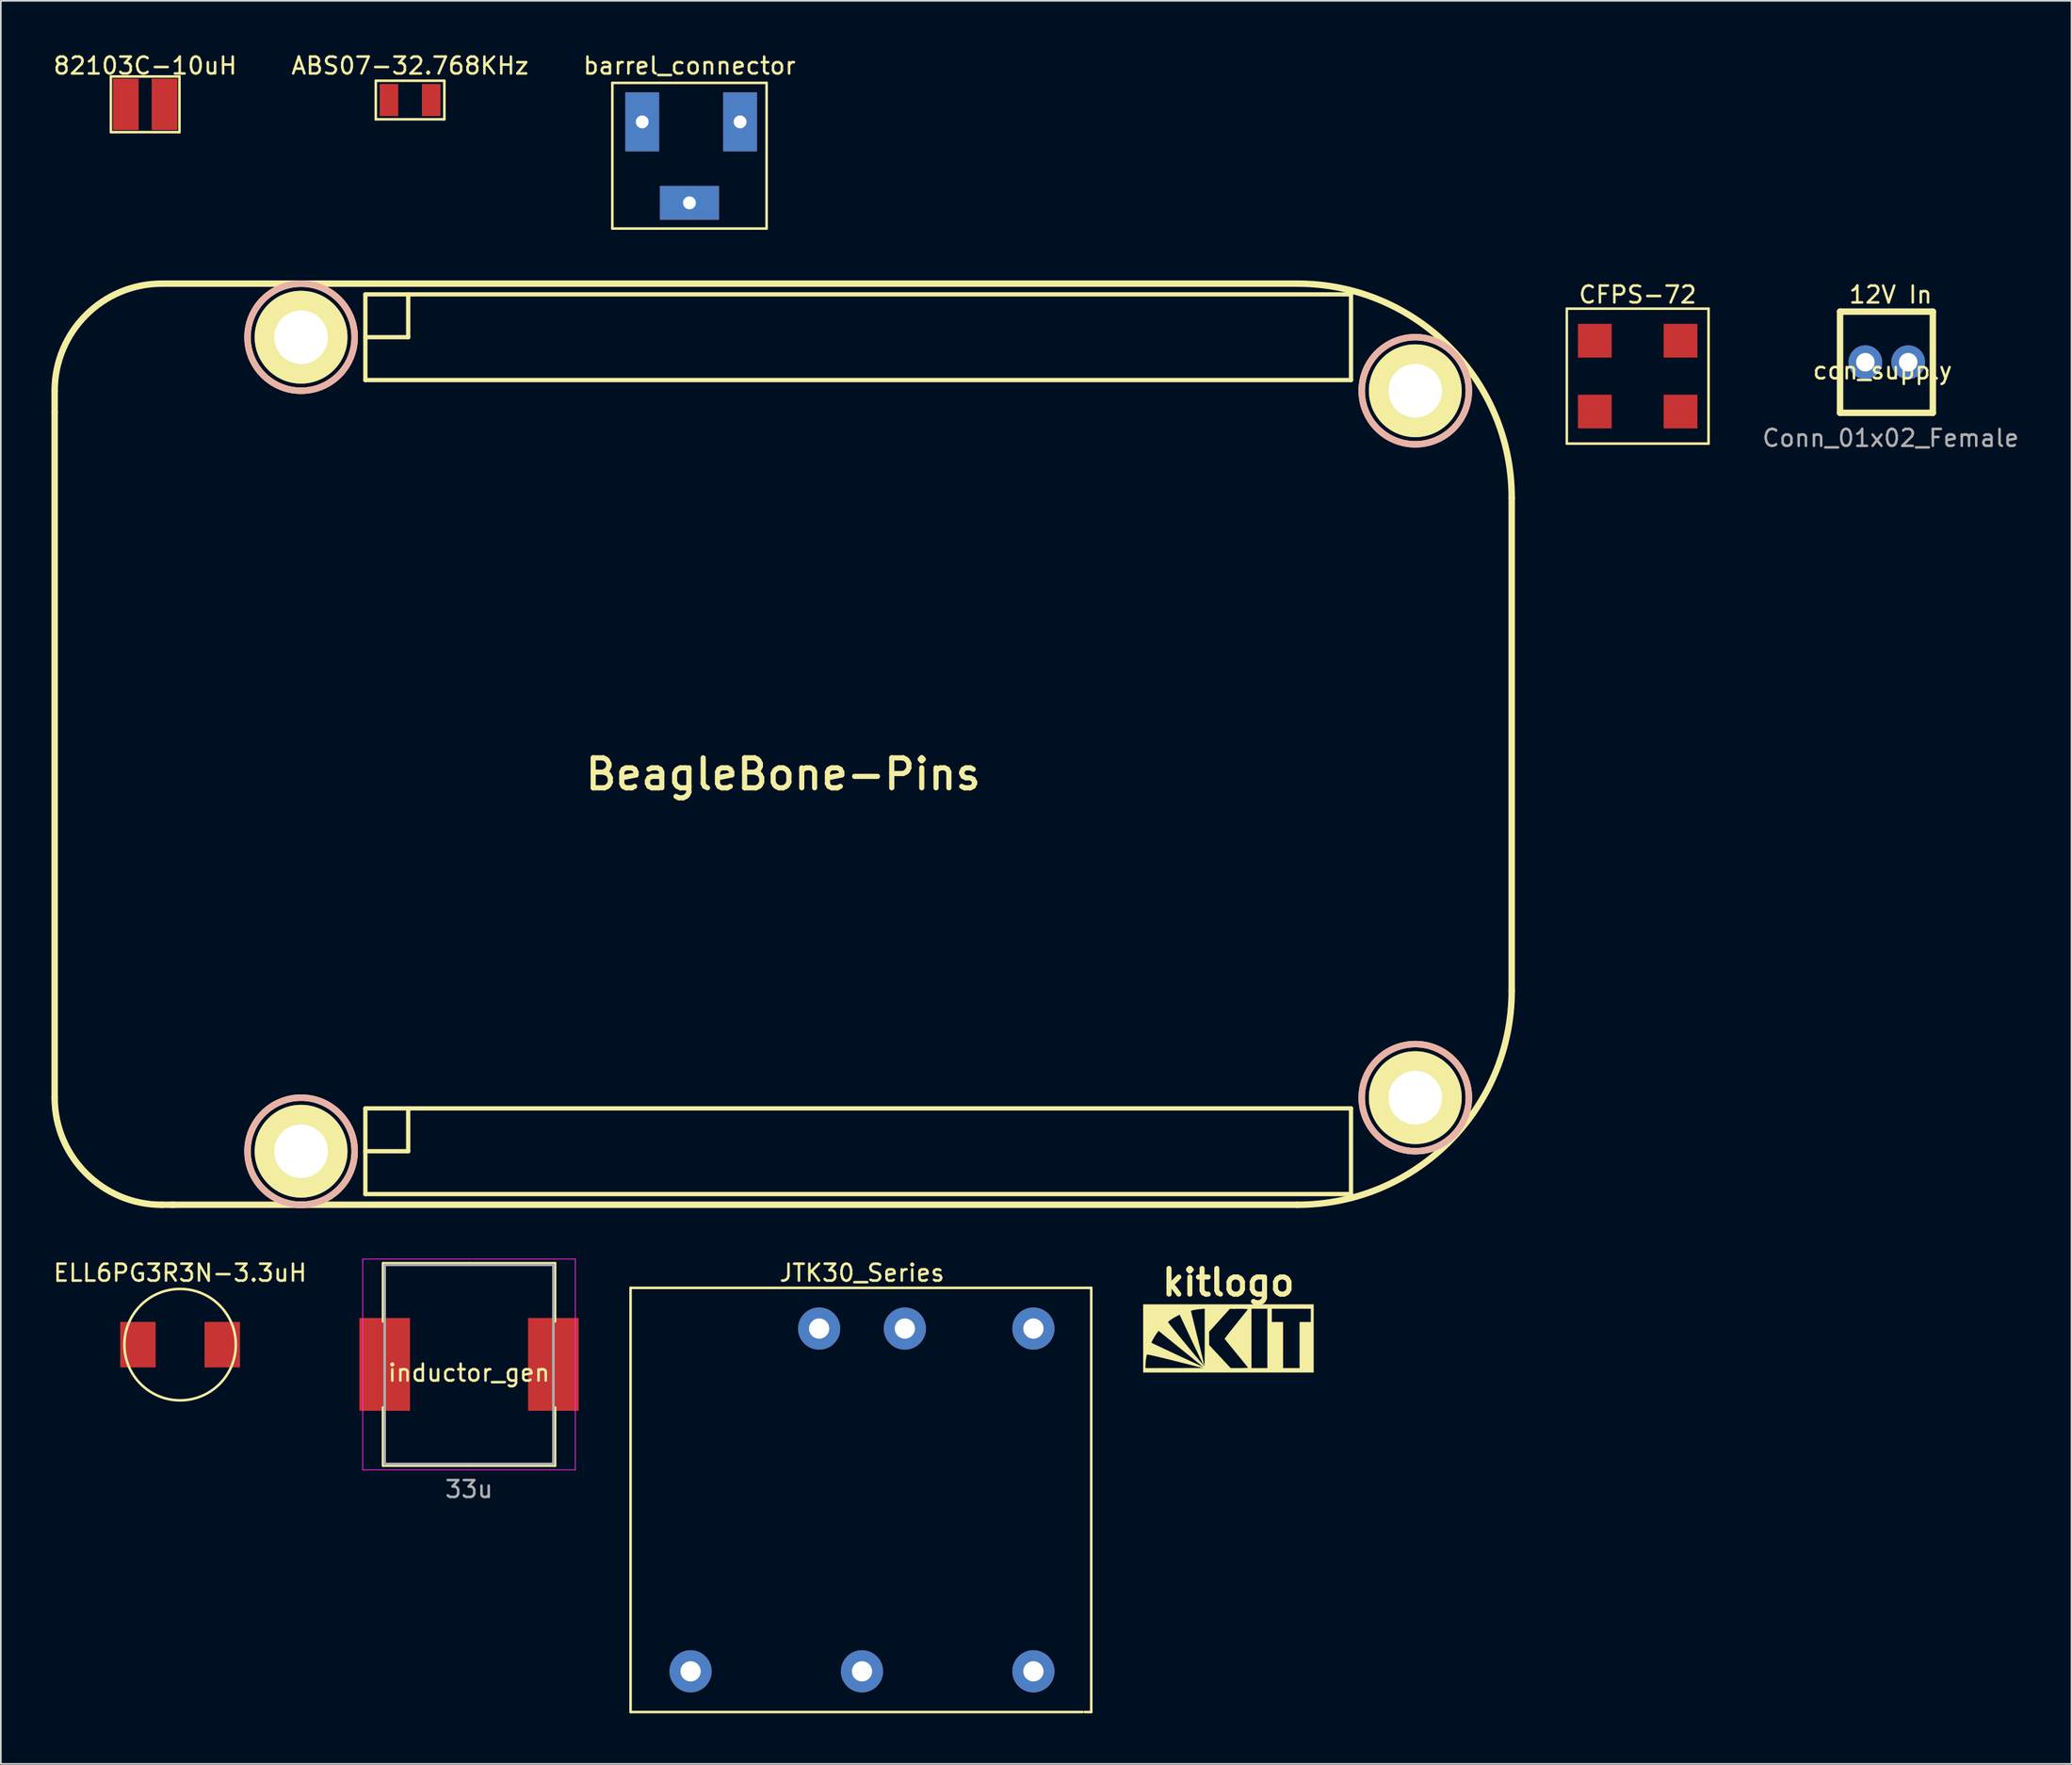
<source format=kicad_pcb>
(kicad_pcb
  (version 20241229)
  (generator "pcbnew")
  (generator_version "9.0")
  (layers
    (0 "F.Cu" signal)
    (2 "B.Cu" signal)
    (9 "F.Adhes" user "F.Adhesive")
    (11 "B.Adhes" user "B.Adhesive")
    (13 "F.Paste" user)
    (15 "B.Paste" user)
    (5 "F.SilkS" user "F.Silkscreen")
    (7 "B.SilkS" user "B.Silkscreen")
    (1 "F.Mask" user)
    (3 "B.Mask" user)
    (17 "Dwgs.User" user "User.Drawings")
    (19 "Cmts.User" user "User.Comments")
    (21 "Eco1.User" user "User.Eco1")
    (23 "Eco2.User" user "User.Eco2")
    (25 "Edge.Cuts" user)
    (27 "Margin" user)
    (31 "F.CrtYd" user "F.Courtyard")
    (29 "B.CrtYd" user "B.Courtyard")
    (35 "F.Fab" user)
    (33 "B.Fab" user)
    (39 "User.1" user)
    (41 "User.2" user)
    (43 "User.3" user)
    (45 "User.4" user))
  (footprint "ELL6PG3R3N-3.3uH"
    (layer "F.Cu")
    (at 7.625 76.669)
    (property "Reference" "ELL6PG3R3N-3.3uH" (at 0 -4.255 0) (layer "F.SilkS") (effects (font (size 1 1) (thickness 0.15))))
    (attr through_hole)
    (fp_circle (center 0 0) (end -0.064 -3.302) (stroke (width 0.15) (type solid)) (fill no) (layer "F.SilkS"))
    (pad "1" smd rect (at -2.5 0) (size 2.1 2.7) (layers "F.Cu" "F.Mask" "F.Paste"))
    (pad "2" smd rect (at 2.5 0) (size 2.1 2.7) (layers "F.Cu" "F.Mask" "F.Paste")))
  (footprint "82103C-10uH"
    (layer "F.Cu")
    (at 5.554 3.134)
    (property "Reference" "82103C-10uH" (at 0 -2.286 0) (layer "F.SilkS") (effects (font (size 1 1) (thickness 0.15))))
    (attr through_hole)
    (fp_line (start -2.032 -1.651) (end 2.032 -1.651) (stroke (width 0.15) (type solid)) (layer "F.SilkS"))
    (fp_line (start -2.032 1.651) (end -2.032 -1.651) (stroke (width 0.15) (type solid)) (layer "F.SilkS"))
    (fp_line (start 2.032 -1.651) (end 2.032 1.651) (stroke (width 0.15) (type solid)) (layer "F.SilkS"))
    (fp_line (start 2.032 1.651) (end -2.032 1.651) (stroke (width 0.15) (type solid)) (layer "F.SilkS"))
    (pad "1" smd rect (at 1.145 0) (size 1.52 3.05) (layers "F.Cu" "F.Mask" "F.Paste"))
    (pad "2" smd rect (at -1.145 0) (size 1.52 3.05) (layers "F.Cu" "F.Mask" "F.Paste")))
  (footprint "barrel_connector"
    (layer "F.Cu")
    (at 37.815 8.976)
    (property "Reference" "barrel_connector" (at 0 -8.128 0) (layer "F.SilkS") (effects (font (size 1 1) (thickness 0.15))))
    (attr through_hole)
    (fp_line (start -4.572 -7.112) (end 4.572 -7.112) (stroke (width 0.15) (type solid)) (layer "F.SilkS"))
    (fp_line (start -4.572 1.524) (end -4.572 -7.112) (stroke (width 0.15) (type solid)) (layer "F.SilkS"))
    (fp_line (start 4.572 -7.112) (end 4.572 1.524) (stroke (width 0.15) (type solid)) (layer "F.SilkS"))
    (fp_line (start 4.572 1.524) (end -4.572 1.524) (stroke (width 0.15) (type solid)) (layer "F.SilkS"))
    (pad "1" thru_hole rect (at 3 -4.8) (size 2 3.5) (drill 0.762) (layers "*.Cu" "*.Mask"))
    (pad "2" thru_hole rect (at -2.8 -4.8) (size 2 3.5) (drill 0.762) (layers "*.Cu" "*.Mask"))
    (pad "2" thru_hole rect (at 0 0) (size 3.5 2) (drill 0.762) (layers "*.Cu" "*.Mask")))
  (footprint "ABS07-32.768KHz"
    (layer "F.Cu")
    (at 21.256 2.88)
    (property "Reference" "ABS07-32.768KHz" (at 0 -2.032 180) (layer "F.SilkS") (effects (font (size 1 1) (thickness 0.15))))
    (attr through_hole)
    (fp_line (start -2.032 -1.143) (end 2.032 -1.143) (stroke (width 0.15) (type solid)) (layer "F.SilkS"))
    (fp_line (start -2.032 1.143) (end -2.032 -1.143) (stroke (width 0.15) (type solid)) (layer "F.SilkS"))
    (fp_line (start 2.032 -1.143) (end 2.032 1.143) (stroke (width 0.15) (type solid)) (layer "F.SilkS"))
    (fp_line (start 2.032 1.143) (end -2.032 1.143) (stroke (width 0.15) (type solid)) (layer "F.SilkS"))
    (pad "1" smd rect (at -1.25 0) (size 1.1 1.9) (layers "F.Cu" "F.Mask" "F.Paste"))
    (pad "2" smd rect (at 1.25 0) (size 1.1 1.9) (layers "F.Cu" "F.Mask" "F.Paste")))
  (footprint "inductor_gen"
    (layer "F.Cu")
    (at 24.75 77.841)
    (property "Reference" "inductor_gen" (at 0 0.5 0) (layer "F.SilkS") (effects (font (size 1 1) (thickness 0.15))))
    (attr through_hole)
    (fp_line (start -5.1 -6) (end 0 -6) (stroke (width 0.15) (type solid)) (layer "F.SilkS"))
    (fp_line (start -5.1 -2.55) (end -5.1 -6) (stroke (width 0.15) (type solid)) (layer "F.SilkS"))
    (fp_line (start -5.1 2.55) (end -5.1 6) (stroke (width 0.15) (type solid)) (layer "F.SilkS"))
    (fp_line (start -5.1 6) (end 0 6) (stroke (width 0.15) (type solid)) (layer "F.SilkS"))
    (fp_line (start 5.1 -6) (end 0 -6) (stroke (width 0.15) (type solid)) (layer "F.SilkS"))
    (fp_line (start 5.1 -2.55) (end 5.1 -6) (stroke (width 0.15) (type solid)) (layer "F.SilkS"))
    (fp_line (start 5.1 2.55) (end 5.1 6) (stroke (width 0.15) (type solid)) (layer "F.SilkS"))
    (fp_line (start 5.1 6) (end 0 6) (stroke (width 0.15) (type solid)) (layer "F.SilkS"))
    (fp_line (start -6.3 -6.25) (end -6.3 6.25) (stroke (width 0.05) (type solid)) (layer "F.CrtYd"))
    (fp_line (start -6.3 6.25) (end 6.3 6.25) (stroke (width 0.05) (type solid)) (layer "F.CrtYd"))
    (fp_line (start 6.3 -6.25) (end -6.3 -6.25) (stroke (width 0.05) (type solid)) (layer "F.CrtYd"))
    (fp_line (start 6.3 6.25) (end 6.3 -6.25) (stroke (width 0.05) (type solid)) (layer "F.CrtYd"))
    (fp_line (start -5 -5.9) (end -5 5.9) (stroke (width 0.15) (type solid)) (layer "F.Fab"))
    (fp_line (start -5 5.9) (end 5 5.9) (stroke (width 0.15) (type solid)) (layer "F.Fab"))
    (fp_line (start 5 -5.9) (end -5 -5.9) (stroke (width 0.15) (type solid)) (layer "F.Fab"))
    (fp_line (start 5 5.9) (end 5 -5.9) (stroke (width 0.15) (type solid)) (layer "F.Fab"))
    (fp_text user "33u" (at 0 7.4 0) (layer "F.Fab") (effects (font (size 1 1) (thickness 0.15))))
    (pad "1" smd rect (at -5 0) (size 3 5.5) (layers "F.Cu" "F.Mask" "F.Paste"))
    (pad "2" smd rect (at 5 0) (size 3 5.5) (layers "F.Cu" "F.Mask" "F.Paste")))
  (footprint "kitlogo"
    (layer "F.Cu")
    (at 69.758 76.286)
    (property "Reference" "kitlogo" (at 0 -3.302 0) (layer "F.SilkS") (effects (font (size 1.524 1.524) (thickness 0.3))))
    (attr through_hole)
    (fp_poly (pts (xy 5.048 2.032) (xy -5.048 2.032) (xy -5.048 1.617) (xy -4.921 1.617) (xy -4.921 1.778) (xy -3.199 1.775) (xy -1.476 1.772) (xy -3.143 1.352) (xy -3.566 1.246) (xy -3.928 1.157) (xy -4.228 1.085) (xy -4.468 1.029) (xy -4.647 0.991) (xy -4.766 0.969) (xy -4.824 0.963) (xy -4.831 0.966) (xy -4.849 1.022) (xy -4.869 1.124) (xy -4.889 1.253) (xy -4.906 1.392) (xy -4.918 1.523) (xy -4.921 1.617) (xy -5.048 1.617) (xy -5.048 0.277) (xy -4.56 0.277) (xy -4.529 0.292) (xy -4.448 0.332) (xy -4.322 0.392) (xy -4.157 0.47) (xy -3.961 0.562) (xy -3.74 0.667) (xy -3.501 0.779) (xy -3.249 0.897) (xy -2.992 1.018) (xy -2.736 1.138) (xy -2.487 1.254) (xy -2.251 1.364) (xy -2.037 1.464) (xy -1.849 1.551) (xy -1.694 1.622) (xy -1.58 1.675) (xy -1.512 1.706) (xy -1.495 1.712) (xy -1.495 1.702) (xy -1.521 1.68) (xy -1.593 1.622) (xy -1.704 1.531) (xy -1.851 1.412) (xy -2.029 1.267) (xy -2.234 1.101) (xy -2.46 0.918) (xy -2.703 0.72) (xy -2.824 0.623) (xy -4.139 -0.443) (xy -4.259 -0.277) (xy -4.337 -0.162) (xy -4.413 -0.039) (xy -4.48 0.079) (xy -4.531 0.179) (xy -4.559 0.25) (xy -4.56 0.277) (xy -5.048 0.277) (xy -5.048 -0.95) (xy -3.582 -0.95) (xy -3.558 -0.915) (xy -3.499 -0.838) (xy -3.41 -0.724) (xy -3.293 -0.579) (xy -3.155 -0.408) (xy -3 -0.217) (xy -2.831 -0.011) (xy -2.655 0.204) (xy -2.474 0.423) (xy -2.294 0.64) (xy -2.12 0.85) (xy -1.955 1.048) (xy -1.804 1.227) (xy -1.672 1.383) (xy -1.564 1.509) (xy -1.483 1.602) (xy -1.435 1.654) (xy -1.423 1.663) (xy -1.418 1.629) (xy -1.414 1.538) (xy -1.409 1.395) (xy -1.406 1.206) (xy -1.402 0.977) (xy -1.4 0.713) (xy -1.398 0.422) (xy -1.397 0.108) (xy -1.397 -0.054) (xy -1.397 -0.385) (xy -1.143 -0.385) (xy -1.143 0.012) (xy -1.143 0.41) (xy -0.505 1.094) (xy 0.133 1.778) (xy 0.657 1.778) (xy 0.83 1.777) (xy 0.978 1.772) (xy 1.09 1.766) (xy 1.156 1.758) (xy 1.169 1.752) (xy 1.147 1.722) (xy 1.09 1.649) (xy 1.002 1.539) (xy 0.887 1.397) (xy 0.751 1.23) (xy 0.598 1.043) (xy 0.476 0.893) (xy 0.314 0.695) (xy 0.166 0.513) (xy 0.035 0.352) (xy -0.073 0.218) (xy -0.153 0.117) (xy -0.202 0.055) (xy -0.215 0.037) (xy -0.197 0.008) (xy -0.145 -0.065) (xy -0.061 -0.175) (xy 0.049 -0.317) (xy 0.181 -0.485) (xy 0.33 -0.674) (xy 0.456 -0.83) (xy 0.617 -1.031) (xy 0.765 -1.216) (xy 0.897 -1.381) (xy 1.007 -1.519) (xy 1.09 -1.624) (xy 1.141 -1.69) (xy 1.156 -1.71) (xy 1.146 -1.724) (xy 1.092 -1.734) (xy 0.99 -1.74) (xy 0.834 -1.744) (xy 0.629 -1.744) (xy 0.079 -1.741) (xy -1.143 -0.385) (xy -1.397 -0.385) (xy -1.397 -1.746) (xy 1.365 -1.746) (xy 1.365 1.778) (xy 2.318 1.778) (xy 2.318 -1.746) (xy 2.572 -1.746) (xy 2.572 -0.953) (xy 3.239 -0.953) (xy 3.239 1.778) (xy 4.223 1.778) (xy 4.223 -0.953) (xy 4.889 -0.953) (xy 4.889 -1.746) (xy 2.572 -1.746) (xy 2.318 -1.746) (xy 1.365 -1.746) (xy -1.397 -1.746) (xy -1.397 -1.754) (xy -1.627 -1.733) (xy -1.806 -1.713) (xy -1.966 -1.69) (xy -2.095 -1.665) (xy -2.184 -1.64) (xy -2.222 -1.617) (xy -2.223 -1.615) (xy -2.215 -1.579) (xy -2.193 -1.488) (xy -2.159 -1.347) (xy -2.114 -1.162) (xy -2.059 -0.939) (xy -1.996 -0.684) (xy -1.926 -0.402) (xy -1.851 -0.1) (xy -1.824 0.005) (xy -1.748 0.313) (xy -1.676 0.602) (xy -1.612 0.867) (xy -1.555 1.102) (xy -1.508 1.301) (xy -1.472 1.458) (xy -1.448 1.567) (xy -1.437 1.623) (xy -1.437 1.628) (xy -1.446 1.621) (xy -1.467 1.584) (xy -1.504 1.515) (xy -1.556 1.411) (xy -1.625 1.27) (xy -1.713 1.09) (xy -1.819 0.867) (xy -1.947 0.599) (xy -2.096 0.284) (xy -2.268 -0.081) (xy -2.464 -0.498) (xy -2.686 -0.969) (xy -2.712 -1.025) (xy -2.888 -1.399) (xy -3.055 -1.314) (xy -3.179 -1.247) (xy -3.304 -1.172) (xy -3.418 -1.096) (xy -3.51 -1.028) (xy -3.568 -0.976) (xy -3.582 -0.95) (xy -5.048 -0.95) (xy -5.048 -2) (xy 5.048 -2) (xy 5.048 2.032)) (stroke (width 0.01) (type solid)) (fill yes) (layer "F.SilkS")))
  (footprint "BeagleBone-Pins"
    (layer "F.Cu")
    (at 43.37 41.071)
    (property "Reference" "BeagleBone-Pins" (at 0 1.778 0) (layer "F.SilkS") (effects (font (size 1.778 1.778) (thickness 0.305))))
    (attr through_hole)
    (fp_line (start -43.18 -20.955) (end -43.18 -19.685) (stroke (width 0.381) (type solid)) (layer "F.SilkS"))
    (fp_line (start -43.18 20.955) (end -43.18 -19.685) (stroke (width 0.381) (type solid)) (layer "F.SilkS"))
    (fp_line (start -36.83 27.305) (end -36.132 27.305) (stroke (width 0.381) (type solid)) (layer "F.SilkS"))
    (fp_line (start -24.765 -26.67) (end -24.765 -21.59) (stroke (width 0.254) (type solid)) (layer "F.SilkS"))
    (fp_line (start -24.765 -24.13) (end -22.225 -24.13) (stroke (width 0.254) (type solid)) (layer "F.SilkS"))
    (fp_line (start -24.765 -21.59) (end 33.655 -21.59) (stroke (width 0.254) (type solid)) (layer "F.SilkS"))
    (fp_line (start -24.765 21.59) (end -24.765 26.67) (stroke (width 0.254) (type solid)) (layer "F.SilkS"))
    (fp_line (start -24.765 24.13) (end -22.225 24.13) (stroke (width 0.254) (type solid)) (layer "F.SilkS"))
    (fp_line (start -24.765 26.67) (end 33.655 26.67) (stroke (width 0.254) (type solid)) (layer "F.SilkS"))
    (fp_line (start -22.225 -24.13) (end -22.225 -26.67) (stroke (width 0.254) (type solid)) (layer "F.SilkS"))
    (fp_line (start -22.225 24.13) (end -22.225 21.59) (stroke (width 0.254) (type solid)) (layer "F.SilkS"))
    (fp_line (start 30.48 -27.305) (end -36.83 -27.305) (stroke (width 0.381) (type solid)) (layer "F.SilkS"))
    (fp_line (start 30.48 27.305) (end -36.195 27.305) (stroke (width 0.381) (type solid)) (layer "F.SilkS"))
    (fp_line (start 33.655 -26.67) (end -24.765 -26.67) (stroke (width 0.254) (type solid)) (layer "F.SilkS"))
    (fp_line (start 33.655 -21.59) (end 33.655 -26.67) (stroke (width 0.254) (type solid)) (layer "F.SilkS"))
    (fp_line (start 33.655 21.59) (end -24.765 21.59) (stroke (width 0.254) (type solid)) (layer "F.SilkS"))
    (fp_line (start 33.655 26.67) (end 33.655 21.59) (stroke (width 0.254) (type solid)) (layer "F.SilkS"))
    (fp_line (start 43.18 -14.605) (end 43.18 14.605) (stroke (width 0.381) (type solid)) (layer "F.SilkS"))
    (fp_arc (start -43.18 -20.955) (mid -41.320128 -25.445128) (end -36.83 -27.305) (stroke (width 0.381) (type solid)) (layer "F.SilkS"))
    (fp_arc (start -36.83 27.305) (mid -41.320128 25.445128) (end -43.18 20.955) (stroke (width 0.381) (type solid)) (layer "F.SilkS"))
    (fp_arc (start 30.48 -27.305) (mid 39.460256 -23.585256) (end 43.18 -14.605) (stroke (width 0.381) (type solid)) (layer "F.SilkS"))
    (fp_arc (start 43.18 14.605) (mid 39.460256 23.585256) (end 30.48 27.305) (stroke (width 0.381) (type solid)) (layer "F.SilkS"))
    (fp_circle (center -28.575 -24.13) (end -25.4 -24.13) (stroke (width 0.381) (type solid)) (fill no) (layer "F.SilkS"))
    (fp_circle (center -28.575 24.13) (end -25.4 24.13) (stroke (width 0.381) (type solid)) (fill no) (layer "F.SilkS"))
    (fp_circle (center 37.465 -20.955) (end 40.64 -20.955) (stroke (width 0.381) (type solid)) (fill no) (layer "F.SilkS"))
    (fp_circle (center 37.465 20.955) (end 40.64 20.955) (stroke (width 0.381) (type solid)) (fill no) (layer "F.SilkS"))
    (fp_circle (center -28.575 -24.13) (end -25.4 -24.13) (stroke (width 0.381) (type solid)) (fill no) (layer "B.SilkS"))
    (fp_circle (center -28.575 24.13) (end -25.4 24.13) (stroke (width 0.381) (type solid)) (fill no) (layer "B.SilkS"))
    (fp_circle (center 37.465 -20.955) (end 40.64 -20.955) (stroke (width 0.381) (type solid)) (fill no) (layer "B.SilkS"))
    (fp_circle (center 37.465 20.955) (end 40.64 20.955) (stroke (width 0.381) (type solid)) (fill no) (layer "B.SilkS"))
    (pad "M1" thru_hole circle (at 37.465 -20.955 180) (size 5.5 5.5) (drill 3.175) (layers "*.Cu" "*.Mask" "F.SilkS"))
    (pad "M2" thru_hole circle (at -28.575 -24.13 180) (size 5.5 5.5) (drill 3.175) (layers "*.Cu" "*.Mask" "F.SilkS"))
    (pad "M3" thru_hole circle (at -28.575 24.13 180) (size 5.5 5.5) (drill 3.175) (layers "*.Cu" "*.Mask" "F.SilkS"))
    (pad "M4" thru_hole circle (at 37.465 20.955 180) (size 5.5 5.5) (drill 3.175) (layers "*.Cu" "*.Mask" "F.SilkS")))
  (footprint "CFPS-72"
    (layer "F.Cu")
    (at 94.016 19.25)
    (property "Reference" "CFPS-72" (at 0 -4.826 0) (layer "F.SilkS") (effects (font (size 1 1) (thickness 0.15))))
    (attr through_hole)
    (fp_line (start -4.2 -4) (end -4.2 4) (stroke (width 0.15) (type solid)) (layer "F.SilkS"))
    (fp_line (start -4.2 -4) (end 4.2 -4) (stroke (width 0.15) (type solid)) (layer "F.SilkS"))
    (fp_line (start 4.2 -4) (end 4.2 4) (stroke (width 0.15) (type solid)) (layer "F.SilkS"))
    (fp_line (start 4.2 4) (end -4.2 4) (stroke (width 0.15) (type solid)) (layer "F.SilkS"))
    (pad "1" smd rect (at -2.54 2.1) (size 2 2) (layers "F.Cu" "F.Mask" "F.Paste"))
    (pad "2" smd rect (at 2.54 2.1) (size 2 2) (layers "F.Cu" "F.Mask" "F.Paste"))
    (pad "3" smd rect (at 2.54 -2.1) (size 2 2) (layers "F.Cu" "F.Mask" "F.Paste"))
    (pad "4" smd rect (at -2.54 -2.1) (size 2 2) (layers "F.Cu" "F.Mask" "F.Paste")))
  (footprint "con_supply"
    (layer "F.Cu")
    (at 108.527 18.424)
    (property "Reference" "con_supply" (at 0 0.5 0) (layer "F.SilkS") (effects (font (size 1 1) (thickness 0.15))))
    (attr through_hole)
    (fp_line (start -2.516 -3) (end 2.984 -3) (stroke (width 0.381) (type solid)) (layer "F.SilkS"))
    (fp_line (start -2.516 3) (end -2.516 -3) (stroke (width 0.381) (type solid)) (layer "F.SilkS"))
    (fp_line (start 2.984 -3) (end 2.984 3) (stroke (width 0.381) (type solid)) (layer "F.SilkS"))
    (fp_line (start 2.984 3) (end -2.516 3) (stroke (width 0.381) (type solid)) (layer "F.SilkS"))
    (fp_text user "12V In" (at 0.484 -4 0) (layer "F.SilkS") (effects (font (size 1 1) (thickness 0.15))))
    (fp_text user "Conn_01x02_Female" (at 0.484 4.5 0) (layer "F.Fab") (effects (font (size 1 1) (thickness 0.15))))
    (pad "1" thru_hole circle (at -1.016 0) (size 2 2) (drill 1.1) (layers "*.Cu" "*.Mask"))
    (pad "2" thru_hole circle (at 1.524 0) (size 2 2) (drill 1.1) (layers "*.Cu" "*.Mask")))
  (footprint "JTK30_Series"
    (layer "F.Cu")
    (at 48.041 85.876)
    (property "Reference" "JTK30_Series" (at 0 -13.462 0) (layer "F.SilkS") (effects (font (size 1 1) (thickness 0.15))))
    (attr through_hole)
    (fp_line (start -13.716 -12.573) (end 13.589 -12.573) (stroke (width 0.15) (type solid)) (layer "F.SilkS"))
    (fp_line (start -13.716 12.573) (end -13.716 -12.573) (stroke (width 0.15) (type solid)) (layer "F.SilkS"))
    (fp_line (start 13.081 12.573) (end -13.716 12.573) (stroke (width 0.15) (type solid)) (layer "F.SilkS"))
    (fp_line (start 13.589 -12.573) (end 13.589 12.573) (stroke (width 0.15) (type solid)) (layer "F.SilkS"))
    (fp_line (start 13.589 12.573) (end 13.208 12.573) (stroke (width 0.15) (type solid)) (layer "F.SilkS"))
    (pad "1" thru_hole circle (at -2.54 -10.16) (size 2.5 2.5) (drill 1.2) (layers "*.Cu" "*.Mask"))
    (pad "2" thru_hole circle (at 2.54 -10.16) (size 2.5 2.5) (drill 1.2) (layers "*.Cu" "*.Mask"))
    (pad "3" thru_hole circle (at 10.16 -10.16) (size 2.5 2.5) (drill 1.2) (layers "*.Cu" "*.Mask"))
    (pad "4" thru_hole circle (at -10.16 10.16) (size 2.5 2.5) (drill 1.2) (layers "*.Cu" "*.Mask"))
    (pad "5" thru_hole circle (at 0 10.16) (size 2.5 2.5) (drill 1.2) (layers "*.Cu" "*.Mask"))
    (pad "6" thru_hole circle (at 10.16 10.16) (size 2.5 2.5) (drill 1.2) (layers "*.Cu" "*.Mask")))
  (gr_rect
    (start -3 -3)
    (end 119.731 101.525)
    (stroke (width 0.1) (type default))
    (fill no)
    (layer "Edge.Cuts")))
</source>
